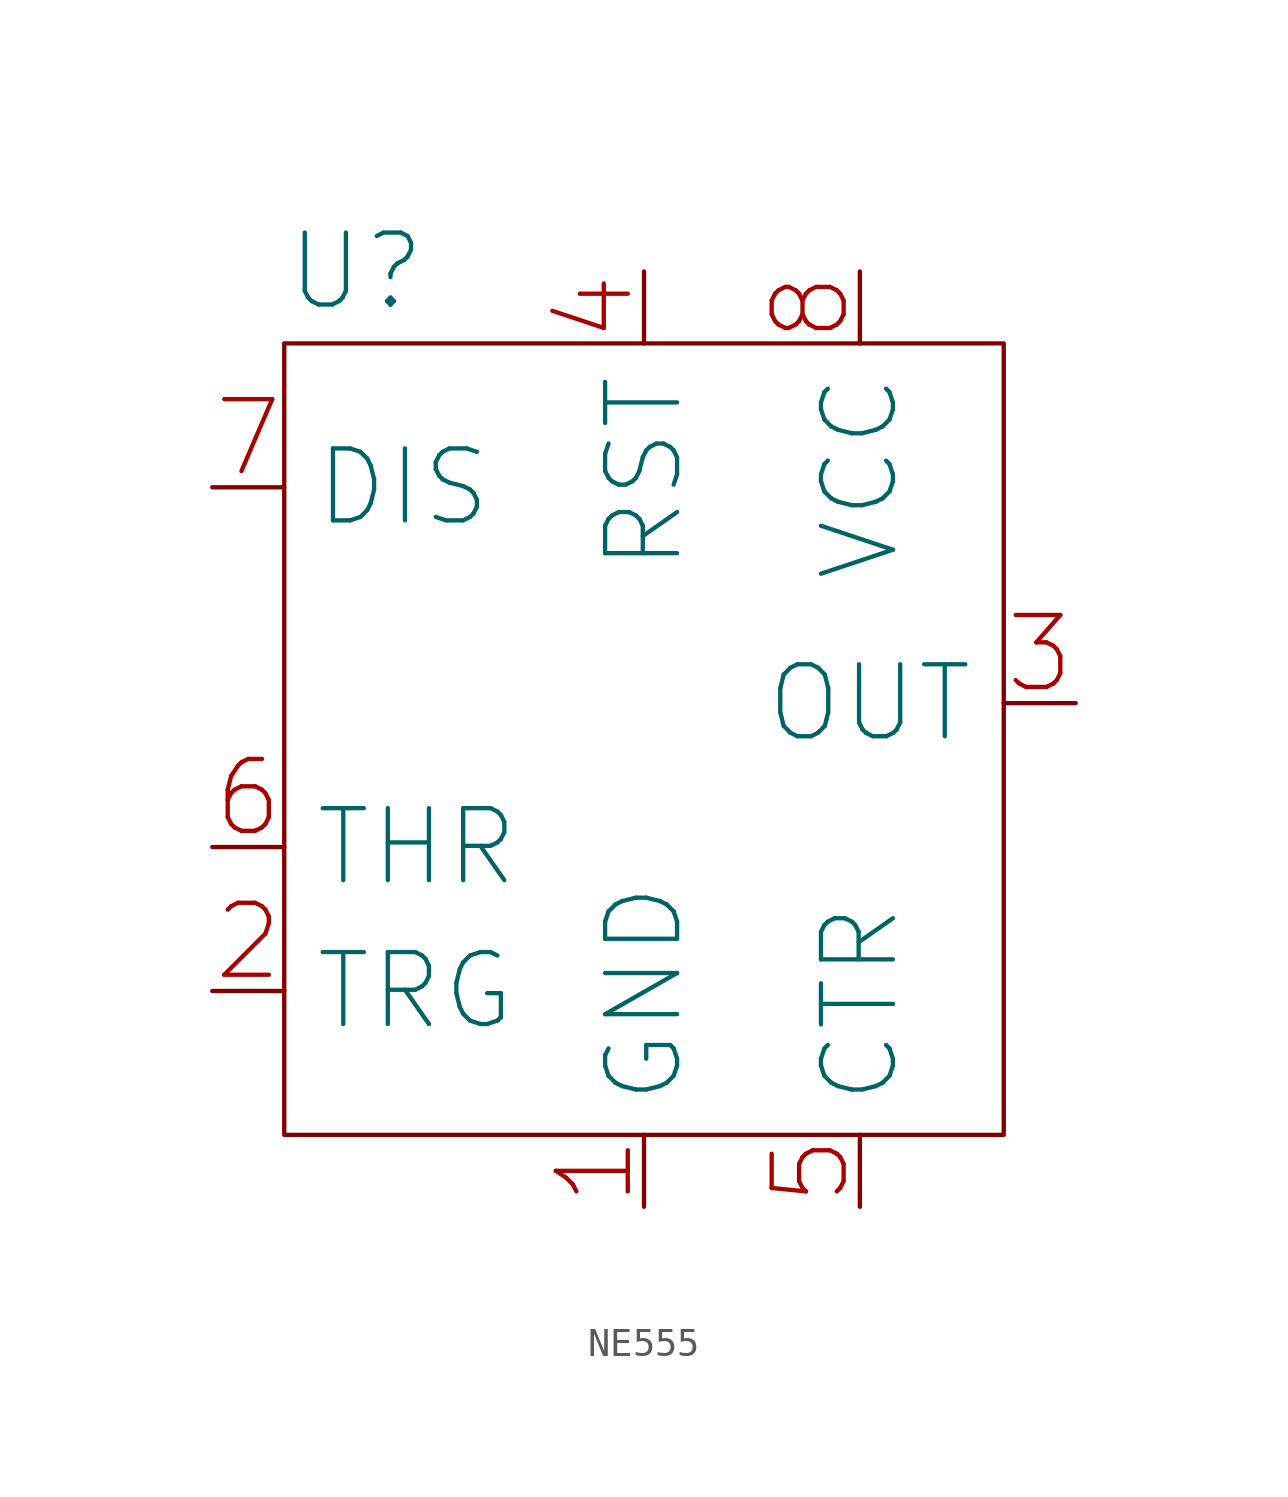
<source format=kicad_sym>
(kicad_symbol_lib
  (version 20220914)
  (generator kicad_symbol_editor)
  (symbol "NE555"
    (pin_names
      (offset 1.016))
    (property "Reference" "U"
      (at 5.08 0 0)
      (effects (font (size 2.54 2.54))))
    (symbol "NE555_0_1"
      (rectangle (start 2.54 -2.54) (end 27.94 -30.48) (stroke (width 0) (type default)) (fill (type none))))
    (symbol "NE555_1_1"
      (pin input line (at 15.24 -33.02 90) (length 2.54) (name "GND" (effects (font (size 2.54 2.54)))) (number "1" (effects (font (size 2.54 2.54)))))
      (pin input line (at 0 -25.4 0) (length 2.54) (name "TRG" (effects (font (size 2.54 2.54)))) (number "2" (effects (font (size 2.54 2.54)))))
      (pin input line (at 30.48 -15.24 180) (length 2.54) (name "OUT" (effects (font (size 2.54 2.54)))) (number "3" (effects (font (size 2.54 2.54)))))
      (pin input line (at 15.24 0 270) (length 2.54) (name "RST" (effects (font (size 2.54 2.54)))) (number "4" (effects (font (size 2.54 2.54)))))
      (pin input line (at 22.86 -33.02 90) (length 2.54) (name "CTR" (effects (font (size 2.54 2.54)))) (number "5" (effects (font (size 2.54 2.54)))))
      (pin input line (at 0 -20.32 0) (length 2.54) (name "THR" (effects (font (size 2.54 2.54)))) (number "6" (effects (font (size 2.54 2.54)))))
      (pin input line (at 0 -7.62 0) (length 2.54) (name "DIS" (effects (font (size 2.54 2.54)))) (number "7" (effects (font (size 2.54 2.54)))))
      (pin input line (at 22.86 0 270) (length 2.54) (name "VCC" (effects (font (size 2.54 2.54)))) (number "8" (effects (font (size 2.54 2.54))))))))
</source>
